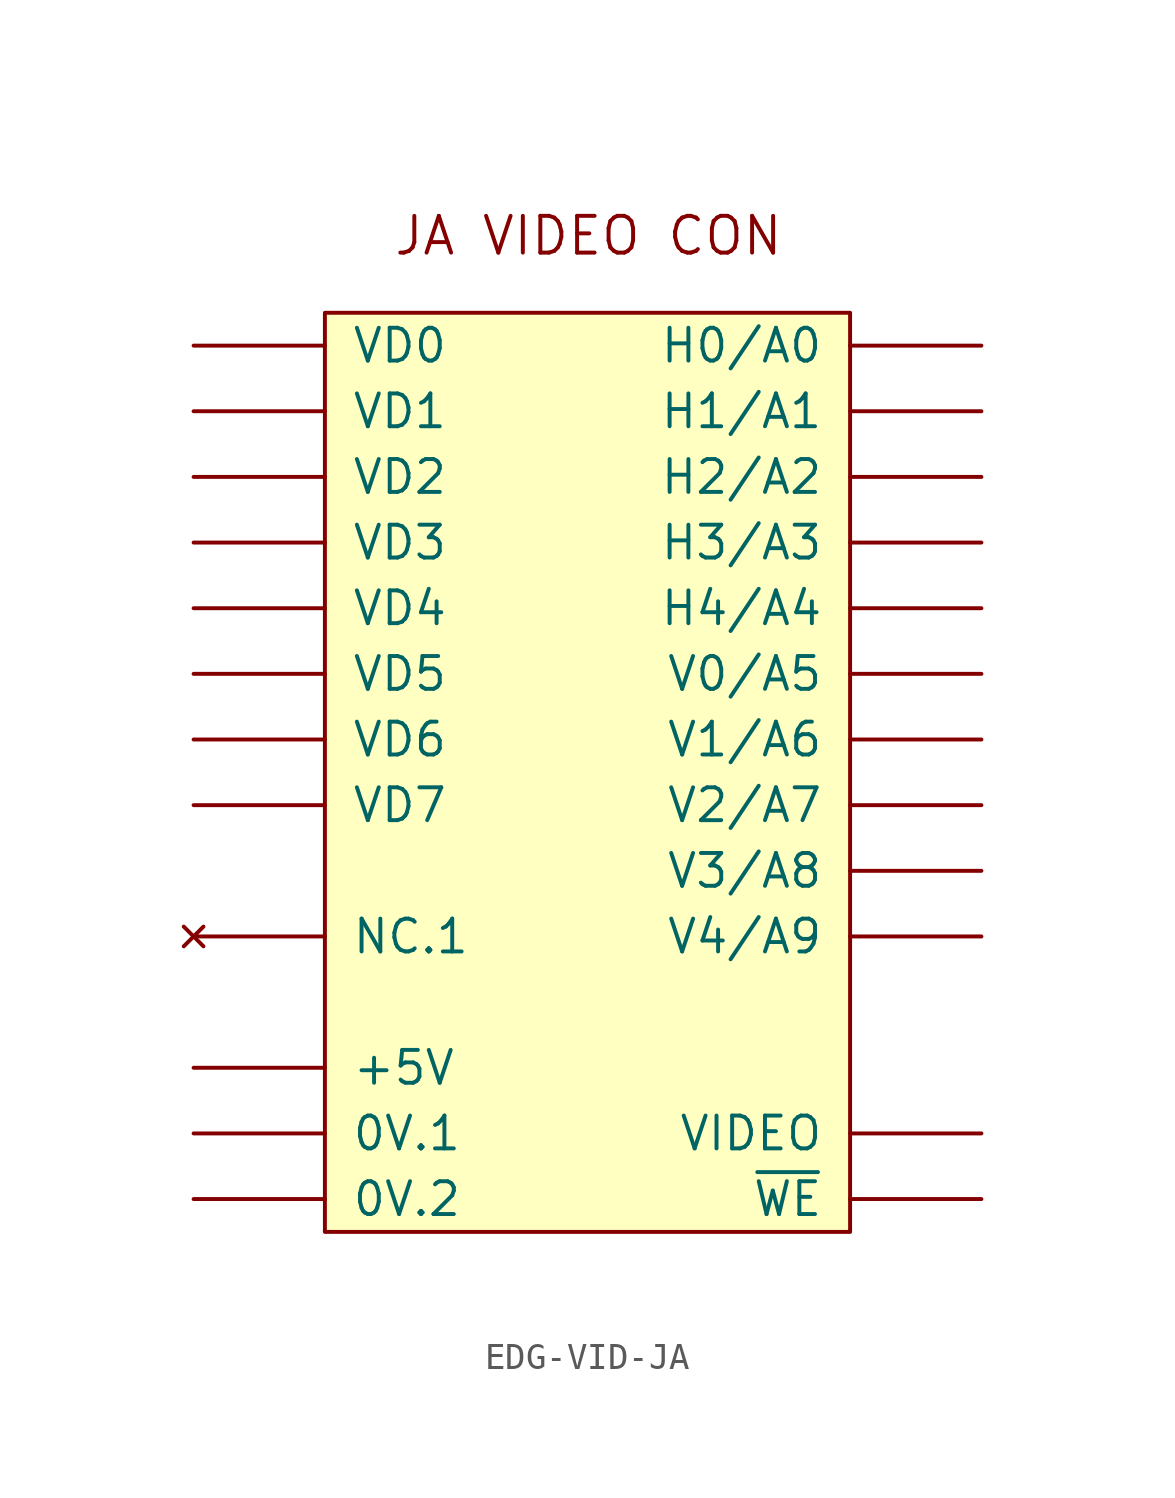
<source format=kicad_sym>
(kicad_symbol_lib
  (version 20211014)
  (generator kicad_symbol_editor)
  (symbol "EDG-VID-JA"
    (pin_names
      (offset 1.016))
    (property "Reference" ""
      (at 0 0 0)
      (effects (font (size 1.27 1.27)) hide))
    (property "ki_locked" ""
      (at 0 0 0)
      (effects (font (size 1.27 1.27))))
    (symbol "EDG-VID-JA_0_1"
      (rectangle (start -10.16 16.51) (end 10.16 -19.05) (stroke (width 0) (type default) (color 0 0 0 0)) (fill (type background))))
    (symbol "EDG-VID-JA_1_0"
      (text "JA VIDEO CON" (at 7.62 20.32 0) (effects (font (size 1.422 1.422)) (justify right top)))
      (pin power_in line (at -15.24 -12.7 0) (length 5.08) (name "+5V" (effects (font (size 1.27 1.27)))) (number "+5V" (effects (font (size 0 0)))))
      (pin power_in line (at -15.24 -15.24 0) (length 5.08) (name "0V.1" (effects (font (size 1.27 1.27)))) (number "0V.1" (effects (font (size 0 0)))))
      (pin power_in line (at -15.24 -17.78 0) (length 5.08) (name "0V.2" (effects (font (size 1.27 1.27)))) (number "0V.2" (effects (font (size 0 0)))))
      (pin bidirectional line (at 15.24 15.24 180) (length 5.08) (name "H0/A0" (effects (font (size 1.27 1.27)))) (number "H0/A0" (effects (font (size 0 0)))))
      (pin bidirectional line (at 15.24 12.7 180) (length 5.08) (name "H1/A1" (effects (font (size 1.27 1.27)))) (number "H1/A1" (effects (font (size 0 0)))))
      (pin bidirectional line (at 15.24 10.16 180) (length 5.08) (name "H2/A2" (effects (font (size 1.27 1.27)))) (number "H2/A2" (effects (font (size 0 0)))))
      (pin bidirectional line (at 15.24 7.62 180) (length 5.08) (name "H3/A3" (effects (font (size 1.27 1.27)))) (number "H3/A3" (effects (font (size 0 0)))))
      (pin bidirectional line (at 15.24 5.08 180) (length 5.08) (name "H4/A4" (effects (font (size 1.27 1.27)))) (number "H4/A4" (effects (font (size 0 0)))))
      (pin no_connect line (at -15.24 -7.62 0) (length 5.08) (name "NC.1" (effects (font (size 1.27 1.27)))) (number "N.C." (effects (font (size 0 0)))))
      (pin bidirectional line (at 15.24 2.54 180) (length 5.08) (name "V0/A5" (effects (font (size 1.27 1.27)))) (number "V0/A5" (effects (font (size 0 0)))))
      (pin bidirectional line (at 15.24 0 180) (length 5.08) (name "V1/A6" (effects (font (size 1.27 1.27)))) (number "V1/A6" (effects (font (size 0 0)))))
      (pin bidirectional line (at 15.24 -2.54 180) (length 5.08) (name "V2/A7" (effects (font (size 1.27 1.27)))) (number "V2/A7" (effects (font (size 0 0)))))
      (pin bidirectional line (at 15.24 -5.08 180) (length 5.08) (name "V3/A8" (effects (font (size 1.27 1.27)))) (number "V3/A8" (effects (font (size 0 0)))))
      (pin bidirectional line (at 15.24 -7.62 180) (length 5.08) (name "V4/A9" (effects (font (size 1.27 1.27)))) (number "V4/A9" (effects (font (size 0 0)))))
      (pin bidirectional line (at -15.24 15.24 0) (length 5.08) (name "VD0" (effects (font (size 1.27 1.27)))) (number "VD0" (effects (font (size 0 0)))))
      (pin bidirectional line (at -15.24 12.7 0) (length 5.08) (name "VD1" (effects (font (size 1.27 1.27)))) (number "VD1" (effects (font (size 0 0)))))
      (pin bidirectional line (at -15.24 10.16 0) (length 5.08) (name "VD2" (effects (font (size 1.27 1.27)))) (number "VD2" (effects (font (size 0 0)))))
      (pin bidirectional line (at -15.24 7.62 0) (length 5.08) (name "VD3" (effects (font (size 1.27 1.27)))) (number "VD3" (effects (font (size 0 0)))))
      (pin bidirectional line (at -15.24 5.08 0) (length 5.08) (name "VD4" (effects (font (size 1.27 1.27)))) (number "VD4" (effects (font (size 0 0)))))
      (pin bidirectional line (at -15.24 2.54 0) (length 5.08) (name "VD5" (effects (font (size 1.27 1.27)))) (number "VD5" (effects (font (size 0 0)))))
      (pin bidirectional line (at -15.24 0 0) (length 5.08) (name "VD6" (effects (font (size 1.27 1.27)))) (number "VD6" (effects (font (size 0 0)))))
      (pin bidirectional line (at -15.24 -2.54 0) (length 5.08) (name "VD7" (effects (font (size 1.27 1.27)))) (number "VD7" (effects (font (size 0 0)))))
      (pin bidirectional line (at 15.24 -15.24 180) (length 5.08) (name "VIDEO" (effects (font (size 1.27 1.27)))) (number "VIDEO" (effects (font (size 0 0)))))
      (pin bidirectional line (at 15.24 -17.78 180) (length 5.08) (name "~{WE}" (effects (font (size 1.27 1.27)))) (number "WE" (effects (font (size 0 0))))))))
</source>
